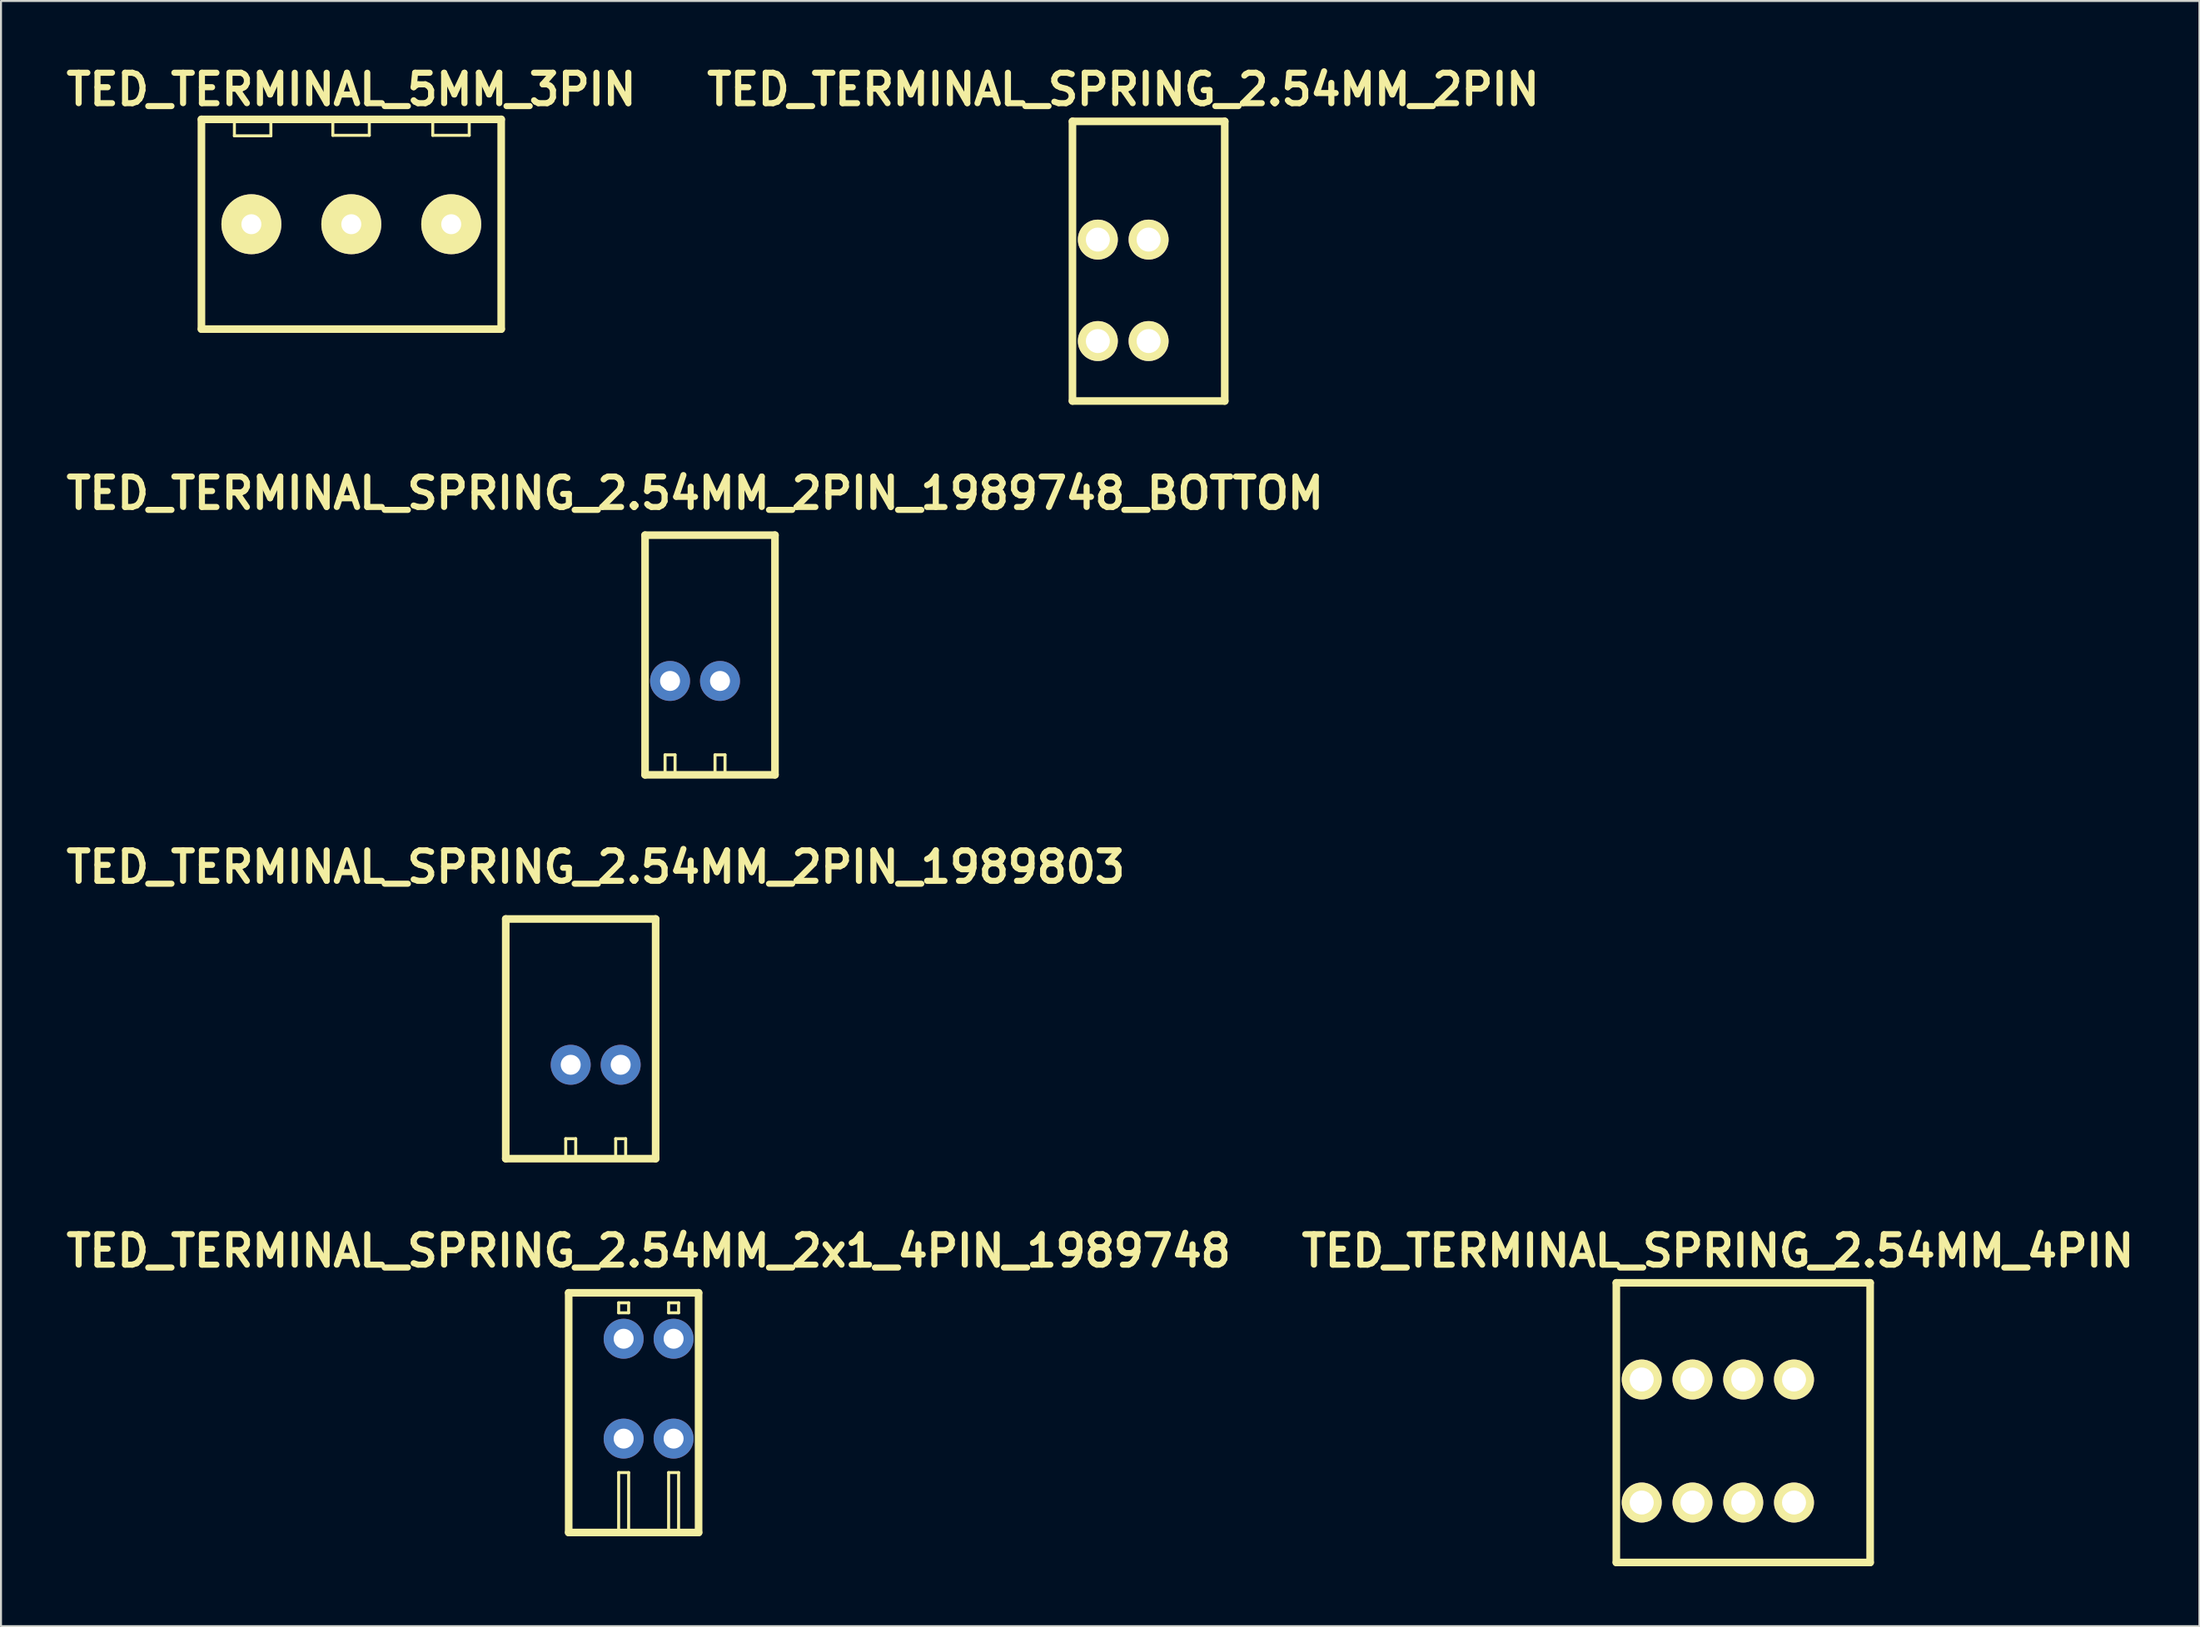
<source format=kicad_pcb>
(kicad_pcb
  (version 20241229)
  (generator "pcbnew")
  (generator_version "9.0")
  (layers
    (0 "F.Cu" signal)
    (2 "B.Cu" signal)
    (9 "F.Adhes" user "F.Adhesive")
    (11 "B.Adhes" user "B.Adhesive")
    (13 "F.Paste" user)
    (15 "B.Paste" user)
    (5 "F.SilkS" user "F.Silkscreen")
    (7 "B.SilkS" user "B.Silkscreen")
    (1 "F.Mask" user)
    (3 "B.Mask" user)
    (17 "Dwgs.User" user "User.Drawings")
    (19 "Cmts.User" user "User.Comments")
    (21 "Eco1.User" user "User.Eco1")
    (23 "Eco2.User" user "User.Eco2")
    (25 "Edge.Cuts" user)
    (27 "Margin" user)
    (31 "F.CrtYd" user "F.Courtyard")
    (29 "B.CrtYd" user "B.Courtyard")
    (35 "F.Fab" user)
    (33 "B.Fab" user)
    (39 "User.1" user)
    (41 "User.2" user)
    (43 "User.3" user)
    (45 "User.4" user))
  (footprint "TED_TERMINAL_SPRING_2.54MM_2x1_4PIN_1989748"
    (layer "F.Cu")
    (at 29.406 67.677)
    (property "Reference" "TED_TERMINAL_SPRING_2.54MM_2x1_4PIN_1989748" (at 0 -8.1 0) (layer "F.SilkS") (effects (font (size 1.524 1.524) (thickness 0.305))))
    (attr through_hole)
    (fp_line (start -4 -6) (end -4 6) (stroke (width 0.381) (type solid)) (layer "F.SilkS"))
    (fp_line (start -4 6) (end 2.5 6) (stroke (width 0.381) (type solid)) (layer "F.SilkS"))
    (fp_line (start -1.5 -5.5) (end -1.5 -5) (stroke (width 0.15) (type solid)) (layer "F.SilkS"))
    (fp_line (start -1.5 -5.5) (end -1 -5.5) (stroke (width 0.15) (type solid)) (layer "F.SilkS"))
    (fp_line (start -1.5 -5) (end -1 -5) (stroke (width 0.15) (type solid)) (layer "F.SilkS"))
    (fp_line (start -1.5 3) (end -1.5 6) (stroke (width 0.15) (type solid)) (layer "F.SilkS"))
    (fp_line (start -1.5 3) (end -1 3) (stroke (width 0.15) (type solid)) (layer "F.SilkS"))
    (fp_line (start -1 -5.5) (end -1 -5) (stroke (width 0.15) (type solid)) (layer "F.SilkS"))
    (fp_line (start -1 3) (end -1 6) (stroke (width 0.15) (type solid)) (layer "F.SilkS"))
    (fp_line (start 1 -5.5) (end 1 -5) (stroke (width 0.15) (type solid)) (layer "F.SilkS"))
    (fp_line (start 1 -5.5) (end 1.5 -5.5) (stroke (width 0.15) (type solid)) (layer "F.SilkS"))
    (fp_line (start 1 -5) (end 1.5 -5) (stroke (width 0.15) (type solid)) (layer "F.SilkS"))
    (fp_line (start 1 3) (end 1 6) (stroke (width 0.15) (type solid)) (layer "F.SilkS"))
    (fp_line (start 1 3) (end 1.5 3) (stroke (width 0.15) (type solid)) (layer "F.SilkS"))
    (fp_line (start 1.5 -5.5) (end 1.5 -5) (stroke (width 0.15) (type solid)) (layer "F.SilkS"))
    (fp_line (start 1.5 3) (end 1.5 6) (stroke (width 0.15) (type solid)) (layer "F.SilkS"))
    (fp_line (start 2.5 -6) (end -4 -6) (stroke (width 0.381) (type solid)) (layer "F.SilkS"))
    (fp_line (start 2.5 6) (end 2.5 -6) (stroke (width 0.381) (type solid)) (layer "F.SilkS"))
    (pad "1" thru_hole circle (at -1.25 -3.7) (size 2 2) (drill 1) (layers "*.Cu" "*.Mask"))
    (pad "1" thru_hole circle (at -1.25 1.3) (size 2 2) (drill 1) (layers "*.Cu" "*.Mask"))
    (pad "2" thru_hole circle (at 1.25 -3.7) (size 2 2) (drill 1) (layers "*.Cu" "*.Mask"))
    (pad "2" thru_hole circle (at 1.25 1.3) (size 2 2) (drill 1) (layers "*.Cu" "*.Mask")))
  (footprint "TED_TERMINAL_SPRING_2.54MM_2PIN_1989748_BOTTOM"
    (layer "F.Cu")
    (at 31.728 29.743)
    (property "Reference" "TED_TERMINAL_SPRING_2.54MM_2PIN_1989748_BOTTOM" (at 0 -8.1 0) (layer "F.SilkS") (effects (font (size 1.524 1.524) (thickness 0.305))))
    (attr through_hole)
    (fp_line (start -2.5 -6) (end 4 -6) (stroke (width 0.381) (type solid)) (layer "F.SilkS"))
    (fp_line (start -2.5 6) (end -2.5 -6) (stroke (width 0.381) (type solid)) (layer "F.SilkS"))
    (fp_line (start -1.5 5) (end -1 5) (stroke (width 0.15) (type solid)) (layer "F.SilkS"))
    (fp_line (start -1.5 6) (end -1.5 5) (stroke (width 0.15) (type solid)) (layer "F.SilkS"))
    (fp_line (start -1 5) (end -1 6) (stroke (width 0.15) (type solid)) (layer "F.SilkS"))
    (fp_line (start 1 5) (end 1.5 5) (stroke (width 0.15) (type solid)) (layer "F.SilkS"))
    (fp_line (start 1 6) (end 1 5) (stroke (width 0.15) (type solid)) (layer "F.SilkS"))
    (fp_line (start 1.5 5) (end 1.5 6) (stroke (width 0.15) (type solid)) (layer "F.SilkS"))
    (fp_line (start 4 -6) (end 4 6) (stroke (width 0.381) (type solid)) (layer "F.SilkS"))
    (fp_line (start 4 6) (end -2.5 6) (stroke (width 0.381) (type solid)) (layer "F.SilkS"))
    (pad "1" thru_hole circle (at 1.25 1.3) (size 2 2) (drill 1) (layers "*.Cu" "*.Mask"))
    (pad "2" thru_hole circle (at -1.25 1.3) (size 2 2) (drill 1) (layers "*.Cu" "*.Mask")))
  (footprint "TED_TERMINAL_5MM_3PIN"
    (layer "F.Cu")
    (at 14.529 8.176)
    (property "Reference" "TED_TERMINAL_5MM_3PIN" (at 0 -6.75 0) (layer "F.SilkS") (effects (font (size 1.524 1.524) (thickness 0.305))))
    (attr through_hole)
    (fp_line (start -7.5 -5.25) (end -7.5 5.25) (stroke (width 0.381) (type solid)) (layer "F.SilkS"))
    (fp_line (start -7.5 5.25) (end 7.5 5.25) (stroke (width 0.381) (type solid)) (layer "F.SilkS"))
    (fp_line (start -5.85 -5.225) (end -5.85 -4.425) (stroke (width 0.15) (type solid)) (layer "F.SilkS"))
    (fp_line (start -5.85 -4.425) (end -4.025 -4.425) (stroke (width 0.15) (type solid)) (layer "F.SilkS"))
    (fp_line (start -4.025 -4.425) (end -4.025 -5.25) (stroke (width 0.15) (type solid)) (layer "F.SilkS"))
    (fp_line (start -0.925 -5.25) (end -0.925 -4.45) (stroke (width 0.15) (type solid)) (layer "F.SilkS"))
    (fp_line (start -0.925 -4.45) (end 0.9 -4.45) (stroke (width 0.15) (type solid)) (layer "F.SilkS"))
    (fp_line (start 0.9 -4.45) (end 0.9 -5.275) (stroke (width 0.15) (type solid)) (layer "F.SilkS"))
    (fp_line (start 4.075 -5.25) (end 4.075 -4.45) (stroke (width 0.15) (type solid)) (layer "F.SilkS"))
    (fp_line (start 4.075 -4.45) (end 5.9 -4.45) (stroke (width 0.15) (type solid)) (layer "F.SilkS"))
    (fp_line (start 5.9 -4.45) (end 5.9 -5.275) (stroke (width 0.15) (type solid)) (layer "F.SilkS"))
    (fp_line (start 7.5 -5.25) (end -7.5 -5.25) (stroke (width 0.381) (type solid)) (layer "F.SilkS"))
    (fp_line (start 7.5 5.25) (end 7.5 -5.25) (stroke (width 0.381) (type solid)) (layer "F.SilkS"))
    (pad "1" thru_hole circle (at -5 0) (size 3 3) (drill 1) (layers "*.Mask" "B.Cu" "F.SilkS"))
    (pad "2" thru_hole circle (at 0 0) (size 3 3) (drill 1) (layers "*.Mask" "B.Cu" "F.SilkS"))
    (pad "3" thru_hole circle (at 5 0) (size 3 3) (drill 1) (layers "*.Mask" "B.Cu" "F.SilkS")))
  (footprint "TED_TERMINAL_SPRING_2.54MM_4PIN"
    (layer "F.Cu")
    (at 82.908 68.177)
    (property "Reference" "TED_TERMINAL_SPRING_2.54MM_4PIN" (at 0 -8.6 0) (layer "F.SilkS") (effects (font (size 1.524 1.524) (thickness 0.305))))
    (attr through_hole)
    (fp_line (start -5.08 -7) (end -5.08 7) (stroke (width 0.381) (type solid)) (layer "F.SilkS"))
    (fp_line (start -5.08 7) (end 7.62 7) (stroke (width 0.381) (type solid)) (layer "F.SilkS"))
    (fp_line (start 7.62 -7) (end -5.08 -7) (stroke (width 0.381) (type solid)) (layer "F.SilkS"))
    (fp_line (start 7.62 7) (end 7.62 -7) (stroke (width 0.381) (type solid)) (layer "F.SilkS"))
    (pad "1" thru_hole circle (at -3.81 -2.16) (size 2 2) (drill 1.2) (layers "*.Mask" "B.Cu" "F.SilkS"))
    (pad "1" thru_hole circle (at -3.81 4) (size 2 2) (drill 1.2) (layers "*.Mask" "B.Cu" "F.SilkS"))
    (pad "2" thru_hole circle (at -1.27 -2.16) (size 2 2) (drill 1.2) (layers "*.Mask" "B.Cu" "F.SilkS"))
    (pad "2" thru_hole circle (at -1.27 4) (size 2 2) (drill 1.2) (layers "*.Mask" "B.Cu" "F.SilkS"))
    (pad "3" thru_hole circle (at 1.27 -2.16) (size 2 2) (drill 1.2) (layers "*.Mask" "B.Cu" "F.SilkS"))
    (pad "3" thru_hole circle (at 1.27 4) (size 2 2) (drill 1.2) (layers "*.Mask" "B.Cu" "F.SilkS"))
    (pad "4" thru_hole circle (at 3.81 -2.16) (size 2 2) (drill 1.2) (layers "*.Mask" "B.Cu" "F.SilkS"))
    (pad "4" thru_hole circle (at 3.81 4) (size 2 2) (drill 1.2) (layers "*.Mask" "B.Cu" "F.SilkS")))
  (footprint "TED_TERMINAL_SPRING_2.54MM_2PIN_1989803"
    (layer "F.Cu")
    (at 26.757 48.96)
    (property "Reference" "TED_TERMINAL_SPRING_2.54MM_2PIN_1989803" (at 0 -8.6 0) (layer "F.SilkS") (effects (font (size 1.524 1.524) (thickness 0.305))))
    (attr through_hole)
    (fp_line (start -4.5 -6) (end -4.5 6) (stroke (width 0.381) (type solid)) (layer "F.SilkS"))
    (fp_line (start -4.5 6) (end 3 6) (stroke (width 0.381) (type solid)) (layer "F.SilkS"))
    (fp_line (start -1.5 5) (end -1 5) (stroke (width 0.15) (type solid)) (layer "F.SilkS"))
    (fp_line (start -1.5 6) (end -1.5 5) (stroke (width 0.15) (type solid)) (layer "F.SilkS"))
    (fp_line (start -1 5) (end -1 6) (stroke (width 0.15) (type solid)) (layer "F.SilkS"))
    (fp_line (start 1 5) (end 1.5 5) (stroke (width 0.15) (type solid)) (layer "F.SilkS"))
    (fp_line (start 1 6) (end 1 5) (stroke (width 0.15) (type solid)) (layer "F.SilkS"))
    (fp_line (start 1.5 5) (end 1.5 6) (stroke (width 0.15) (type solid)) (layer "F.SilkS"))
    (fp_line (start 3 -6) (end -4.5 -6) (stroke (width 0.381) (type solid)) (layer "F.SilkS"))
    (fp_line (start 3 6) (end 3 -6) (stroke (width 0.381) (type solid)) (layer "F.SilkS"))
    (pad "1" thru_hole circle (at -1.25 1.3) (size 2 2) (drill 1) (layers "*.Cu" "*.Mask"))
    (pad "2" thru_hole circle (at 1.25 1.3) (size 2 2) (drill 1) (layers "*.Cu" "*.Mask")))
  (footprint "TED_TERMINAL_SPRING_2.54MM_2PIN"
    (layer "F.Cu")
    (at 53.154 10.026)
    (property "Reference" "TED_TERMINAL_SPRING_2.54MM_2PIN" (at 0 -8.6 0) (layer "F.SilkS") (effects (font (size 1.524 1.524) (thickness 0.305))))
    (attr through_hole)
    (fp_line (start -2.54 -7) (end -2.54 7) (stroke (width 0.381) (type solid)) (layer "F.SilkS"))
    (fp_line (start -2.54 7) (end 5.08 7) (stroke (width 0.381) (type solid)) (layer "F.SilkS"))
    (fp_line (start 5.08 -7) (end -2.54 -7) (stroke (width 0.381) (type solid)) (layer "F.SilkS"))
    (fp_line (start 5.08 7) (end 5.08 -7) (stroke (width 0.381) (type solid)) (layer "F.SilkS"))
    (pad "1" thru_hole circle (at -1.27 -1.08) (size 2 2) (drill 1.2) (layers "*.Mask" "B.Cu" "F.SilkS"))
    (pad "1" thru_hole circle (at -1.27 4) (size 2 2) (drill 1.2) (layers "*.Mask" "B.Cu" "F.SilkS"))
    (pad "2" thru_hole circle (at 1.27 -1.08) (size 2 2) (drill 1.2) (layers "*.Mask" "B.Cu" "F.SilkS"))
    (pad "2" thru_hole circle (at 1.27 4) (size 2 2) (drill 1.2) (layers "*.Mask" "B.Cu" "F.SilkS")))
  (gr_rect
    (start -3 -3)
    (end 107.005 78.368)
    (stroke (width 0.1) (type default))
    (fill no)
    (layer "Edge.Cuts")))
</source>
